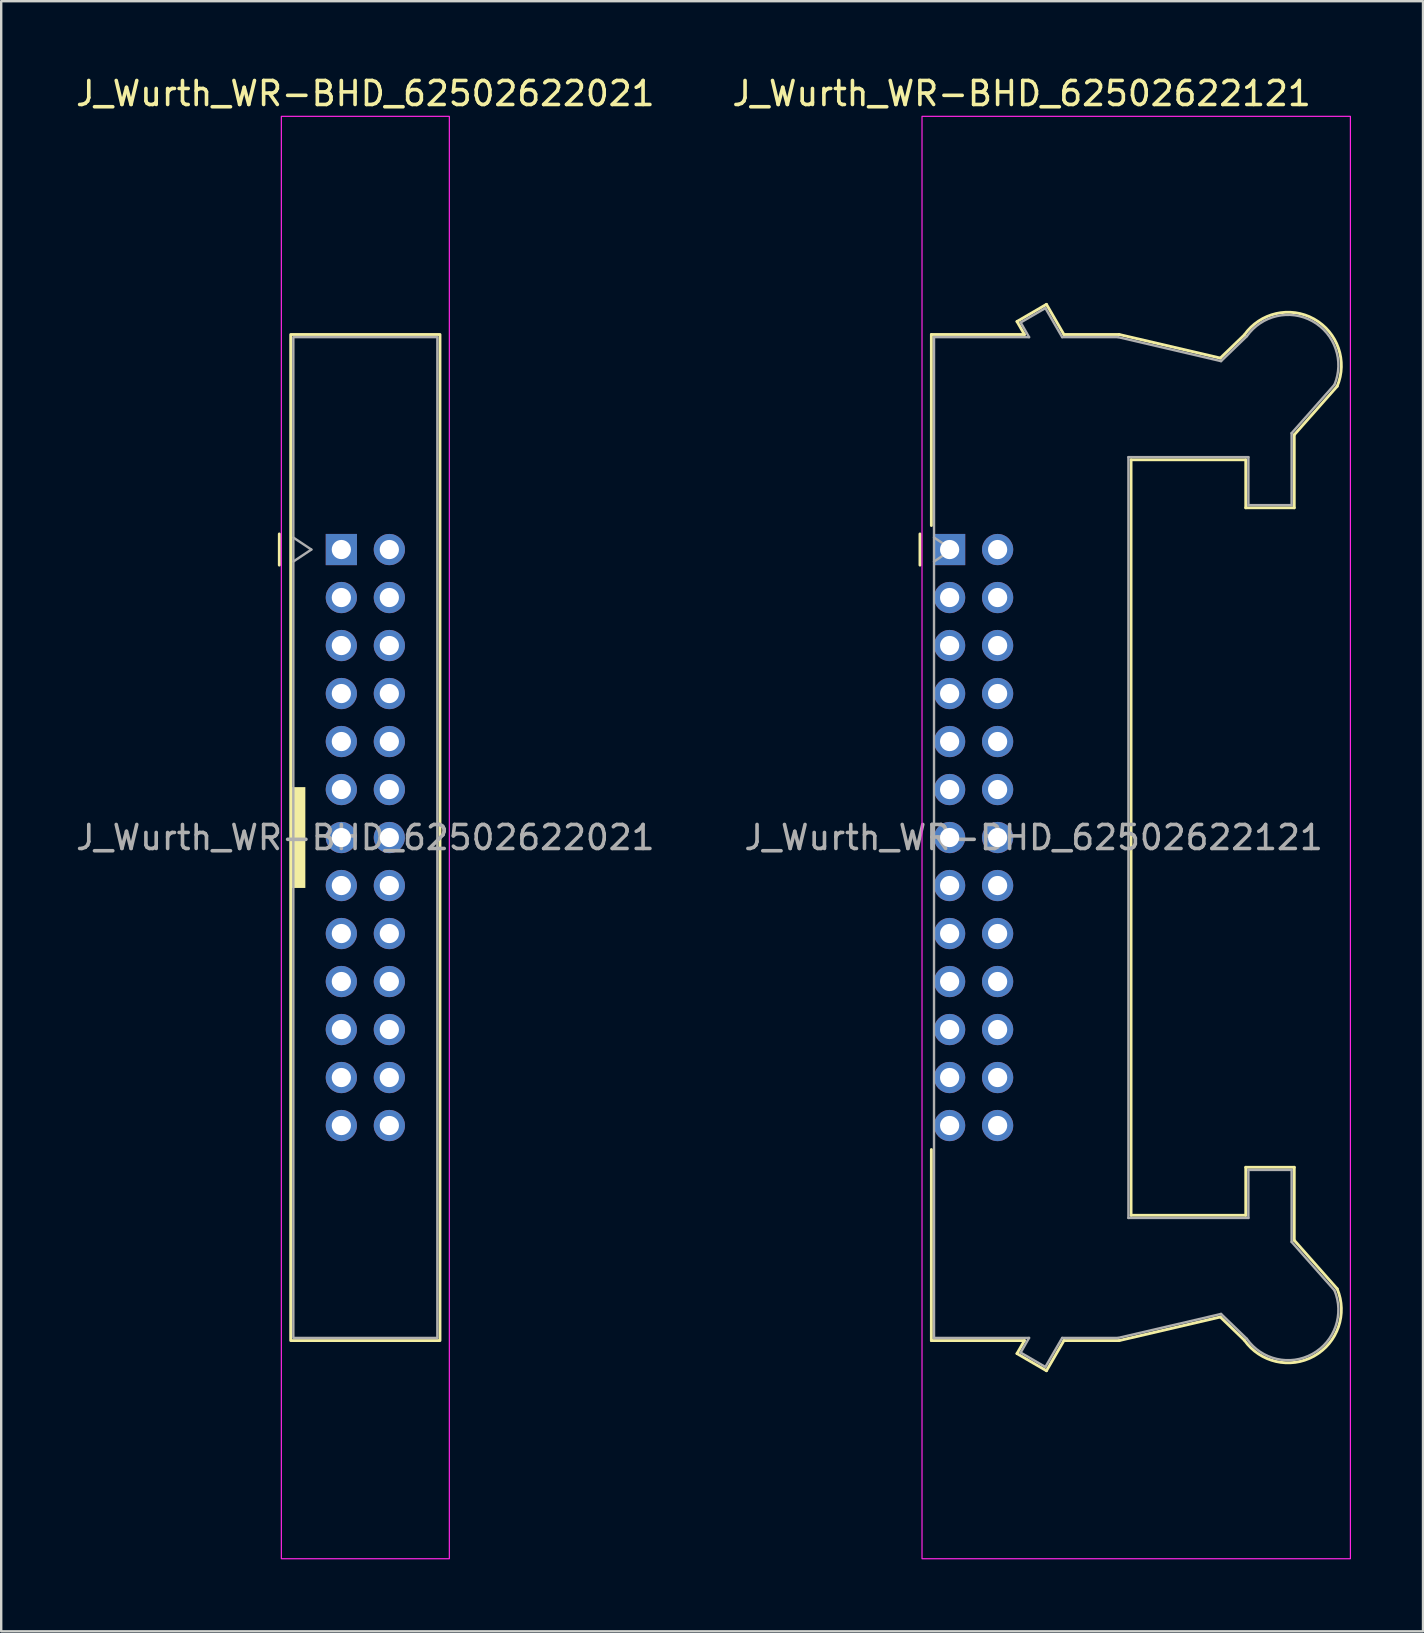
<source format=kicad_pcb>
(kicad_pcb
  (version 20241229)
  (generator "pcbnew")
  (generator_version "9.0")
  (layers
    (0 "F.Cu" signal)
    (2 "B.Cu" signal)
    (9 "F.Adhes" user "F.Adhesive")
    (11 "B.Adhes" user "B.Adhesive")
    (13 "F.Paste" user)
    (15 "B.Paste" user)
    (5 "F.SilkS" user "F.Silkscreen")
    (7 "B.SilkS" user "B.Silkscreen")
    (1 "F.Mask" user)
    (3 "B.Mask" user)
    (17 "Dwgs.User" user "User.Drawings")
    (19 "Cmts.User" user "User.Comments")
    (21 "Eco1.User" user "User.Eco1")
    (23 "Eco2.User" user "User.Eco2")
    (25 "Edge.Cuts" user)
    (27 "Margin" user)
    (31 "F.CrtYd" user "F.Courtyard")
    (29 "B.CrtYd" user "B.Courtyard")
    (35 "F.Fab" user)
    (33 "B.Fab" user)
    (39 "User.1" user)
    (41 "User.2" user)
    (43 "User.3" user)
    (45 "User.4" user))
  (footprint "J_Wurth_WR-BHD_62502622021"
    (layer "F.Cu")
    (at 11.173 19.848)
    (property "Reference" "J_Wurth_WR-BHD_62502622021" (at 1 -19 0) (unlocked yes) (layer "F.SilkS") (effects (font (size 1 1) (thickness 0.15))))
    (attr through_hole)
    (fp_line (start -2.585 -0.65) (end -2.585 0.65) (stroke (width 0.12) (type solid)) (layer "F.SilkS"))
    (fp_rect (start -2.11 -8.96) (end 4.11 32.96) (stroke (width 0.12) (type solid)) (fill no) (layer "F.SilkS"))
    (fp_rect (start -2.05 9.9) (end -1.5 14.1) (stroke (width 0) (type default)) (fill yes) (layer "F.SilkS"))
    (fp_rect (start -2.5 -18.05) (end 4.5 42.05) (stroke (width 0.05) (type solid)) (fill no) (layer "F.CrtYd"))
    (fp_line (start -1.25 0) (end -2 -0.5) (stroke (width 0.1) (type solid)) (layer "F.Fab"))
    (fp_line (start -1.25 0) (end -2 0.5) (stroke (width 0.1) (type solid)) (layer "F.Fab"))
    (fp_rect (start -2 -8.85) (end 4 32.85) (stroke (width 0.1) (type solid)) (fill no) (layer "F.Fab"))
    (fp_text user "${REFERENCE}" (at 1 12 0) (unlocked yes) (layer "F.Fab") (effects (font (size 1 1) (thickness 0.15))))
    (pad "1" thru_hole rect (at 0 0 270) (size 1.3 1.3) (drill 0.8) (layers "*.Cu" "*.Mask"))
    (pad "2" thru_hole circle (at 2 0 270) (size 1.3 1.3) (drill 0.8) (layers "*.Cu" "*.Mask"))
    (pad "3" thru_hole circle (at 0 2 270) (size 1.3 1.3) (drill 0.8) (layers "*.Cu" "*.Mask"))
    (pad "4" thru_hole circle (at 2 2 270) (size 1.3 1.3) (drill 0.8) (layers "*.Cu" "*.Mask"))
    (pad "5" thru_hole circle (at 0 4 270) (size 1.3 1.3) (drill 0.8) (layers "*.Cu" "*.Mask"))
    (pad "6" thru_hole circle (at 2 4 270) (size 1.3 1.3) (drill 0.8) (layers "*.Cu" "*.Mask"))
    (pad "7" thru_hole circle (at 0 6 270) (size 1.3 1.3) (drill 0.8) (layers "*.Cu" "*.Mask"))
    (pad "8" thru_hole circle (at 2 6 270) (size 1.3 1.3) (drill 0.8) (layers "*.Cu" "*.Mask"))
    (pad "9" thru_hole circle (at 0 8 270) (size 1.3 1.3) (drill 0.8) (layers "*.Cu" "*.Mask"))
    (pad "10" thru_hole circle (at 2 8 270) (size 1.3 1.3) (drill 0.8) (layers "*.Cu" "*.Mask"))
    (pad "11" thru_hole circle (at 0 10 270) (size 1.3 1.3) (drill 0.8) (layers "*.Cu" "*.Mask"))
    (pad "12" thru_hole circle (at 2 10 270) (size 1.3 1.3) (drill 0.8) (layers "*.Cu" "*.Mask"))
    (pad "13" thru_hole circle (at 0 12 270) (size 1.3 1.3) (drill 0.8) (layers "*.Cu" "*.Mask"))
    (pad "14" thru_hole circle (at 2 12 270) (size 1.3 1.3) (drill 0.8) (layers "*.Cu" "*.Mask"))
    (pad "15" thru_hole circle (at 0 14 270) (size 1.3 1.3) (drill 0.8) (layers "*.Cu" "*.Mask"))
    (pad "16" thru_hole circle (at 2 14 270) (size 1.3 1.3) (drill 0.8) (layers "*.Cu" "*.Mask"))
    (pad "17" thru_hole circle (at 0 16 270) (size 1.3 1.3) (drill 0.8) (layers "*.Cu" "*.Mask"))
    (pad "18" thru_hole circle (at 2 16 270) (size 1.3 1.3) (drill 0.8) (layers "*.Cu" "*.Mask"))
    (pad "19" thru_hole circle (at 0 18 270) (size 1.3 1.3) (drill 0.8) (layers "*.Cu" "*.Mask"))
    (pad "20" thru_hole circle (at 2 18 270) (size 1.3 1.3) (drill 0.8) (layers "*.Cu" "*.Mask"))
    (pad "21" thru_hole circle (at 0 20 270) (size 1.3 1.3) (drill 0.8) (layers "*.Cu" "*.Mask"))
    (pad "22" thru_hole circle (at 2 20 270) (size 1.3 1.3) (drill 0.8) (layers "*.Cu" "*.Mask"))
    (pad "23" thru_hole circle (at 0 22 270) (size 1.3 1.3) (drill 0.8) (layers "*.Cu" "*.Mask"))
    (pad "24" thru_hole circle (at 2 22 270) (size 1.3 1.3) (drill 0.8) (layers "*.Cu" "*.Mask"))
    (pad "25" thru_hole circle (at 0 24 270) (size 1.3 1.3) (drill 0.8) (layers "*.Cu" "*.Mask"))
    (pad "26" thru_hole circle (at 2 24 270) (size 1.3 1.3) (drill 0.8) (layers "*.Cu" "*.Mask")))
  (footprint "J_Wurth_WR-BHD_62502622121"
    (layer "F.Cu")
    (at 36.518 19.848)
    (property "Reference" "J_Wurth_WR-BHD_62502622121" (at 3 -19 0) (unlocked yes) (layer "F.SilkS") (effects (font (size 1 1) (thickness 0.15))))
    (attr through_hole)
    (fp_line (start -1.235 -0.65) (end -1.235 0.65) (stroke (width 0.12) (type solid)) (layer "F.SilkS"))
    (fp_line (start -0.76 -8.96) (end 3.12 -8.96) (stroke (width 0.12) (type solid)) (layer "F.SilkS"))
    (fp_line (start -0.76 -1) (end -0.76 -8.96) (stroke (width 0.12) (type solid)) (layer "F.SilkS"))
    (fp_line (start -0.76 32.96) (end -0.76 25) (stroke (width 0.12) (type solid)) (layer "F.SilkS"))
    (fp_line (start -0.76 32.96) (end 3.12 32.96) (stroke (width 0.12) (type solid)) (layer "F.SilkS"))
    (fp_line (start 2.808 -9.502) (end 4.035 -10.216) (stroke (width 0.12) (type solid)) (layer "F.SilkS"))
    (fp_line (start 2.808 33.502) (end 4.035 34.216) (stroke (width 0.12) (type solid)) (layer "F.SilkS"))
    (fp_line (start 3.12 -8.96) (end 2.808 -9.502) (stroke (width 0.12) (type solid)) (layer "F.SilkS"))
    (fp_line (start 3.12 32.96) (end 2.808 33.502) (stroke (width 0.12) (type solid)) (layer "F.SilkS"))
    (fp_line (start 4.035 -10.216) (end 4.762 -8.96) (stroke (width 0.12) (type solid)) (layer "F.SilkS"))
    (fp_line (start 4.035 34.216) (end 4.762 32.96) (stroke (width 0.12) (type solid)) (layer "F.SilkS"))
    (fp_line (start 4.762 -8.96) (end 7.062 -8.96) (stroke (width 0.12) (type solid)) (layer "F.SilkS"))
    (fp_line (start 4.762 32.96) (end 7.062 32.96) (stroke (width 0.12) (type solid)) (layer "F.SilkS"))
    (fp_line (start 7.062 -8.96) (end 11.279 -7.977) (stroke (width 0.12) (type solid)) (layer "F.SilkS"))
    (fp_line (start 7.062 32.96) (end 11.279 31.977) (stroke (width 0.12) (type solid)) (layer "F.SilkS"))
    (fp_line (start 7.56 27.74) (end 7.56 -3.74) (stroke (width 0.12) (type solid)) (layer "F.SilkS"))
    (fp_line (start 11.279 -7.977) (end 12.285 -8.947) (stroke (width 0.12) (type solid)) (layer "F.SilkS"))
    (fp_line (start 11.279 31.977) (end 12.285 32.947) (stroke (width 0.12) (type solid)) (layer "F.SilkS"))
    (fp_line (start 12.34 -3.74) (end 7.56 -3.74) (stroke (width 0.12) (type solid)) (layer "F.SilkS"))
    (fp_line (start 12.34 -1.74) (end 12.34 -3.74) (stroke (width 0.12) (type solid)) (layer "F.SilkS"))
    (fp_line (start 12.34 25.74) (end 12.34 27.74) (stroke (width 0.12) (type solid)) (layer "F.SilkS"))
    (fp_line (start 12.34 27.74) (end 7.56 27.74) (stroke (width 0.12) (type solid)) (layer "F.SilkS"))
    (fp_line (start 14.36 -4.782) (end 14.36 -1.74) (stroke (width 0.12) (type solid)) (layer "F.SilkS"))
    (fp_line (start 14.36 -1.74) (end 12.34 -1.74) (stroke (width 0.12) (type solid)) (layer "F.SilkS"))
    (fp_line (start 14.36 25.74) (end 12.34 25.74) (stroke (width 0.12) (type solid)) (layer "F.SilkS"))
    (fp_line (start 14.36 28.782) (end 14.36 25.74) (stroke (width 0.12) (type solid)) (layer "F.SilkS"))
    (fp_line (start 16.148 -6.803) (end 14.362 -4.785) (stroke (width 0.12) (type solid)) (layer "F.SilkS"))
    (fp_line (start 16.148 30.803) (end 14.362 28.785) (stroke (width 0.12) (type solid)) (layer "F.SilkS"))
    (fp_arc (start 12.284536 -8.946538) (mid 15.178015 -9.608271) (end 16.148123 -6.803098) (stroke (width 0.12) (type solid)) (layer "F.SilkS"))
    (fp_arc (start 16.148123 30.803098) (mid 15.178016 33.608273) (end 12.284536 32.946538) (stroke (width 0.12) (type solid)) (layer "F.SilkS"))
    (fp_rect (start -1.15 -18.05) (end 16.7 42.05) (stroke (width 0.05) (type solid)) (fill no) (layer "F.CrtYd"))
    (fp_line (start -0.65 -8.85) (end 3.311 -8.85) (stroke (width 0.1) (type solid)) (layer "F.Fab"))
    (fp_line (start -0.65 32.85) (end -0.65 -8.85) (stroke (width 0.1) (type solid)) (layer "F.Fab"))
    (fp_line (start -0.65 32.85) (end 3.311 32.85) (stroke (width 0.1) (type solid)) (layer "F.Fab"))
    (fp_line (start 0.1 0) (end -0.65 -0.5) (stroke (width 0.1) (type solid)) (layer "F.Fab"))
    (fp_line (start 0.1 0) (end -0.65 0.5) (stroke (width 0.1) (type solid)) (layer "F.Fab"))
    (fp_line (start 2.96 -9.46) (end 3.99 -10.06) (stroke (width 0.1) (type solid)) (layer "F.Fab"))
    (fp_line (start 2.96 33.46) (end 3.99 34.06) (stroke (width 0.1) (type solid)) (layer "F.Fab"))
    (fp_line (start 3.311 -8.85) (end 2.96 -9.46) (stroke (width 0.1) (type solid)) (layer "F.Fab"))
    (fp_line (start 3.311 32.85) (end 2.96 33.46) (stroke (width 0.1) (type solid)) (layer "F.Fab"))
    (fp_line (start 3.99 -10.06) (end 4.69 -8.85) (stroke (width 0.1) (type solid)) (layer "F.Fab"))
    (fp_line (start 3.99 34.06) (end 4.69 32.85) (stroke (width 0.1) (type solid)) (layer "F.Fab"))
    (fp_line (start 4.69 -8.85) (end 7.02 -8.85) (stroke (width 0.1) (type solid)) (layer "F.Fab"))
    (fp_line (start 4.69 32.85) (end 7.02 32.85) (stroke (width 0.1) (type solid)) (layer "F.Fab"))
    (fp_line (start 7.02 -8.85) (end 11.31 -7.85) (stroke (width 0.1) (type solid)) (layer "F.Fab"))
    (fp_line (start 7.02 32.85) (end 11.31 31.85) (stroke (width 0.1) (type solid)) (layer "F.Fab"))
    (fp_line (start 7.45 27.85) (end 7.45 -3.85) (stroke (width 0.1) (type solid)) (layer "F.Fab"))
    (fp_line (start 11.31 -7.85) (end 12.386 -8.89) (stroke (width 0.1) (type solid)) (layer "F.Fab"))
    (fp_line (start 11.31 31.85) (end 12.387 32.89) (stroke (width 0.1) (type solid)) (layer "F.Fab"))
    (fp_line (start 12.45 -3.85) (end 7.45 -3.85) (stroke (width 0.1) (type solid)) (layer "F.Fab"))
    (fp_line (start 12.45 -1.85) (end 12.45 -3.85) (stroke (width 0.1) (type solid)) (layer "F.Fab"))
    (fp_line (start 12.45 25.85) (end 12.45 27.85) (stroke (width 0.1) (type solid)) (layer "F.Fab"))
    (fp_line (start 12.45 27.85) (end 7.45 27.85) (stroke (width 0.1) (type solid)) (layer "F.Fab"))
    (fp_line (start 14.25 -4.85) (end 14.25 -1.85) (stroke (width 0.1) (type solid)) (layer "F.Fab"))
    (fp_line (start 14.25 -1.85) (end 12.45 -1.85) (stroke (width 0.1) (type solid)) (layer "F.Fab"))
    (fp_line (start 14.25 25.85) (end 12.45 25.85) (stroke (width 0.1) (type solid)) (layer "F.Fab"))
    (fp_line (start 14.25 28.85) (end 14.25 25.85) (stroke (width 0.1) (type solid)) (layer "F.Fab"))
    (fp_line (start 16.034 30.866) (end 14.25 28.85) (stroke (width 0.1) (type solid)) (layer "F.Fab"))
    (fp_line (start 16.034 -6.866) (end 14.25 -4.85) (stroke (width 0.1) (type solid)) (layer "F.Fab"))
    (fp_arc (start 12.385693 -8.89) (mid 15.117944 -9.514867) (end 16.033999 -6.866) (stroke (width 0.1) (type solid)) (layer "F.Fab"))
    (fp_arc (start 16.033999 30.866) (mid 15.117944 33.514867) (end 12.385693 32.89) (stroke (width 0.1) (type solid)) (layer "F.Fab"))
    (fp_text user "${REFERENCE}" (at 3.5 12 0) (unlocked yes) (layer "F.Fab") (effects (font (size 1 1) (thickness 0.15))))
    (pad "1" thru_hole rect (at 0 0 270) (size 1.3 1.3) (drill 0.8) (layers "*.Cu" "*.Mask"))
    (pad "2" thru_hole circle (at 2 0 270) (size 1.3 1.3) (drill 0.8) (layers "*.Cu" "*.Mask"))
    (pad "3" thru_hole circle (at 0 2 270) (size 1.3 1.3) (drill 0.8) (layers "*.Cu" "*.Mask"))
    (pad "4" thru_hole circle (at 2 2 270) (size 1.3 1.3) (drill 0.8) (layers "*.Cu" "*.Mask"))
    (pad "5" thru_hole circle (at 0 4 270) (size 1.3 1.3) (drill 0.8) (layers "*.Cu" "*.Mask"))
    (pad "6" thru_hole circle (at 2 4 270) (size 1.3 1.3) (drill 0.8) (layers "*.Cu" "*.Mask"))
    (pad "7" thru_hole circle (at 0 6 270) (size 1.3 1.3) (drill 0.8) (layers "*.Cu" "*.Mask"))
    (pad "8" thru_hole circle (at 2 6 270) (size 1.3 1.3) (drill 0.8) (layers "*.Cu" "*.Mask"))
    (pad "9" thru_hole circle (at 0 8 270) (size 1.3 1.3) (drill 0.8) (layers "*.Cu" "*.Mask"))
    (pad "10" thru_hole circle (at 2 8 270) (size 1.3 1.3) (drill 0.8) (layers "*.Cu" "*.Mask"))
    (pad "11" thru_hole circle (at 0 10 270) (size 1.3 1.3) (drill 0.8) (layers "*.Cu" "*.Mask"))
    (pad "12" thru_hole circle (at 2 10 270) (size 1.3 1.3) (drill 0.8) (layers "*.Cu" "*.Mask"))
    (pad "13" thru_hole circle (at 0 12 270) (size 1.3 1.3) (drill 0.8) (layers "*.Cu" "*.Mask"))
    (pad "14" thru_hole circle (at 2 12 270) (size 1.3 1.3) (drill 0.8) (layers "*.Cu" "*.Mask"))
    (pad "15" thru_hole circle (at 0 14 270) (size 1.3 1.3) (drill 0.8) (layers "*.Cu" "*.Mask"))
    (pad "16" thru_hole circle (at 2 14 270) (size 1.3 1.3) (drill 0.8) (layers "*.Cu" "*.Mask"))
    (pad "17" thru_hole circle (at 0 16 270) (size 1.3 1.3) (drill 0.8) (layers "*.Cu" "*.Mask"))
    (pad "18" thru_hole circle (at 2 16 270) (size 1.3 1.3) (drill 0.8) (layers "*.Cu" "*.Mask"))
    (pad "19" thru_hole circle (at 0 18 270) (size 1.3 1.3) (drill 0.8) (layers "*.Cu" "*.Mask"))
    (pad "20" thru_hole circle (at 2 18 270) (size 1.3 1.3) (drill 0.8) (layers "*.Cu" "*.Mask"))
    (pad "21" thru_hole circle (at 0 20 270) (size 1.3 1.3) (drill 0.8) (layers "*.Cu" "*.Mask"))
    (pad "22" thru_hole circle (at 2 20 270) (size 1.3 1.3) (drill 0.8) (layers "*.Cu" "*.Mask"))
    (pad "23" thru_hole circle (at 0 22 270) (size 1.3 1.3) (drill 0.8) (layers "*.Cu" "*.Mask"))
    (pad "24" thru_hole circle (at 2 22 270) (size 1.3 1.3) (drill 0.8) (layers "*.Cu" "*.Mask"))
    (pad "25" thru_hole circle (at 0 24 270) (size 1.3 1.3) (drill 0.8) (layers "*.Cu" "*.Mask"))
    (pad "26" thru_hole circle (at 2 24 270) (size 1.3 1.3) (drill 0.8) (layers "*.Cu" "*.Mask")))
  (gr_rect
    (start -3 -3)
    (end 56.243 64.923)
    (stroke (width 0.1) (type default))
    (fill no)
    (layer "Edge.Cuts")))
</source>
